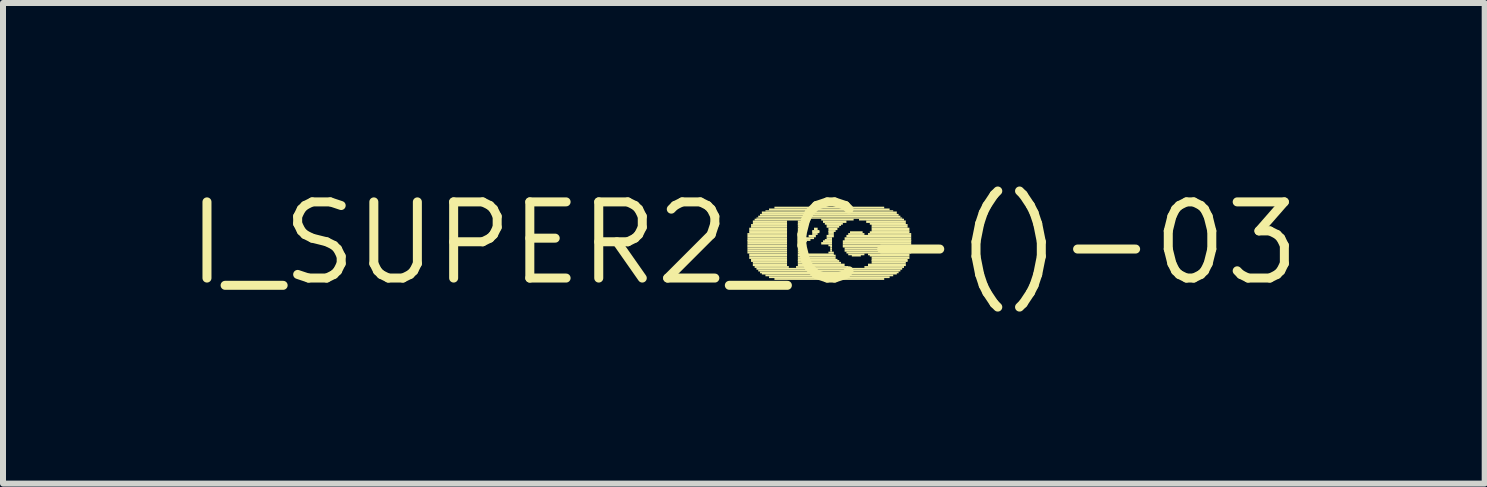
<source format=kicad_pcb>
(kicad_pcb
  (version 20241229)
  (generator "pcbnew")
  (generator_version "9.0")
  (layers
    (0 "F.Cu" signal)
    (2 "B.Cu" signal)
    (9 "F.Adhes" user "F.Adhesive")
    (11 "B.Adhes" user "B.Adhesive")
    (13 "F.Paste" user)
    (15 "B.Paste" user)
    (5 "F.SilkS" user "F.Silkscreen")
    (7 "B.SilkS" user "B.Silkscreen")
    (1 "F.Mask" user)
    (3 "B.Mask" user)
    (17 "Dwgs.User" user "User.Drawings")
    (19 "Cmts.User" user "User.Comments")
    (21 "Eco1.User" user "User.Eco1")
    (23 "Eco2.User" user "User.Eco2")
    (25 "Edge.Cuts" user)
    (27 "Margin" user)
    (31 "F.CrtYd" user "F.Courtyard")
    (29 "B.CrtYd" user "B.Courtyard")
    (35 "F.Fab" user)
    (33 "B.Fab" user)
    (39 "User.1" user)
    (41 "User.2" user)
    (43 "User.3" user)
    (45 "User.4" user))
  (footprint "I_SUPER2_C-()-03"
    (layer "F.Cu")
    (at 9.351 1.006)
    (property "Reference" "I_SUPER2_C-()-03" (at 0 0 0) (layer "F.SilkS") (effects (font (size 1.27 1.27) (thickness 0.15))))
    (attr through_hole)
    (fp_poly (pts (xy 0.06 -0.14) (xy 0.72 -0.14) (xy 0.72 -0.17) (xy 0.06 -0.17)) (stroke (width 0) (type solid)) (fill yes) (layer "F.SilkS"))
    (fp_poly (pts (xy 0.06 -0.1) (xy 0.72 -0.1) (xy 0.72 -0.14) (xy 0.06 -0.14)) (stroke (width 0) (type solid)) (fill yes) (layer "F.SilkS"))
    (fp_poly (pts (xy 0.06 -0.07) (xy 0.72 -0.07) (xy 0.72 -0.1) (xy 0.06 -0.1)) (stroke (width 0) (type solid)) (fill yes) (layer "F.SilkS"))
    (fp_poly (pts (xy 0.06 -0.04) (xy 0.72 -0.04) (xy 0.72 -0.07) (xy 0.06 -0.07)) (stroke (width 0) (type solid)) (fill yes) (layer "F.SilkS"))
    (fp_poly (pts (xy 0.06 -0.02) (xy 0.72 -0.02) (xy 0.72 -0.05) (xy 0.06 -0.05)) (stroke (width 0) (type solid)) (fill yes) (layer "F.SilkS"))
    (fp_poly (pts (xy 0.06 0.02) (xy 0.72 0.02) (xy 0.72 -0.02) (xy 0.06 -0.02)) (stroke (width 0) (type solid)) (fill yes) (layer "F.SilkS"))
    (fp_poly (pts (xy 0.06 0.05) (xy 0.72 0.05) (xy 0.72 0.02) (xy 0.06 0.02)) (stroke (width 0) (type solid)) (fill yes) (layer "F.SilkS"))
    (fp_poly (pts (xy 0.06 0.07) (xy 0.72 0.07) (xy 0.72 0.04) (xy 0.06 0.04)) (stroke (width 0) (type solid)) (fill yes) (layer "F.SilkS"))
    (fp_poly (pts (xy 0.06 0.1) (xy 0.72 0.1) (xy 0.72 0.07) (xy 0.06 0.07)) (stroke (width 0) (type solid)) (fill yes) (layer "F.SilkS"))
    (fp_poly (pts (xy 0.06 0.14) (xy 0.72 0.14) (xy 0.72 0.1) (xy 0.06 0.1)) (stroke (width 0) (type solid)) (fill yes) (layer "F.SilkS"))
    (fp_poly (pts (xy 0.06 0.17) (xy 0.72 0.17) (xy 0.72 0.14) (xy 0.06 0.14)) (stroke (width 0) (type solid)) (fill yes) (layer "F.SilkS"))
    (fp_poly (pts (xy 0.09 -0.22) (xy 0.72 -0.22) (xy 0.72 -0.26) (xy 0.09 -0.26)) (stroke (width 0) (type solid)) (fill yes) (layer "F.SilkS"))
    (fp_poly (pts (xy 0.09 -0.19) (xy 0.72 -0.19) (xy 0.72 -0.22) (xy 0.09 -0.22)) (stroke (width 0) (type solid)) (fill yes) (layer "F.SilkS"))
    (fp_poly (pts (xy 0.09 -0.17) (xy 0.72 -0.17) (xy 0.72 -0.2) (xy 0.09 -0.2)) (stroke (width 0) (type solid)) (fill yes) (layer "F.SilkS"))
    (fp_poly (pts (xy 0.09 0.2) (xy 0.72 0.2) (xy 0.72 0.17) (xy 0.09 0.17)) (stroke (width 0) (type solid)) (fill yes) (layer "F.SilkS"))
    (fp_poly (pts (xy 0.09 0.22) (xy 0.72 0.22) (xy 0.72 0.19) (xy 0.09 0.19)) (stroke (width 0) (type solid)) (fill yes) (layer "F.SilkS"))
    (fp_poly (pts (xy 0.09 0.26) (xy 0.72 0.26) (xy 0.72 0.22) (xy 0.09 0.22)) (stroke (width 0) (type solid)) (fill yes) (layer "F.SilkS"))
    (fp_poly (pts (xy 0.12 -0.29) (xy 0.72 -0.29) (xy 0.72 -0.32) (xy 0.12 -0.32)) (stroke (width 0) (type solid)) (fill yes) (layer "F.SilkS"))
    (fp_poly (pts (xy 0.12 -0.26) (xy 0.72 -0.26) (xy 0.72 -0.29) (xy 0.12 -0.29)) (stroke (width 0) (type solid)) (fill yes) (layer "F.SilkS"))
    (fp_poly (pts (xy 0.12 0.29) (xy 0.72 0.29) (xy 0.72 0.26) (xy 0.12 0.26)) (stroke (width 0) (type solid)) (fill yes) (layer "F.SilkS"))
    (fp_poly (pts (xy 0.12 0.31) (xy 0.72 0.31) (xy 0.72 0.28) (xy 0.12 0.28)) (stroke (width 0) (type solid)) (fill yes) (layer "F.SilkS"))
    (fp_poly (pts (xy 0.15 -0.34) (xy 0.72 -0.34) (xy 0.72 -0.38) (xy 0.15 -0.38)) (stroke (width 0) (type solid)) (fill yes) (layer "F.SilkS"))
    (fp_poly (pts (xy 0.15 -0.31) (xy 0.72 -0.31) (xy 0.72 -0.34) (xy 0.15 -0.34)) (stroke (width 0) (type solid)) (fill yes) (layer "F.SilkS"))
    (fp_poly (pts (xy 0.15 0.34) (xy 0.72 0.34) (xy 0.72 0.31) (xy 0.15 0.31)) (stroke (width 0) (type solid)) (fill yes) (layer "F.SilkS"))
    (fp_poly (pts (xy 0.15 0.38) (xy 0.72 0.38) (xy 0.72 0.34) (xy 0.15 0.34)) (stroke (width 0) (type solid)) (fill yes) (layer "F.SilkS"))
    (fp_poly (pts (xy 0.18 -0.38) (xy 1.11 -0.38) (xy 1.11 -0.41) (xy 0.18 -0.41)) (stroke (width 0) (type solid)) (fill yes) (layer "F.SilkS"))
    (fp_poly (pts (xy 0.18 0.41) (xy 0.75 0.41) (xy 0.75 0.38) (xy 0.18 0.38)) (stroke (width 0) (type solid)) (fill yes) (layer "F.SilkS"))
    (fp_poly (pts (xy 0.21 -0.41) (xy 2.64 -0.41) (xy 2.64 -0.43) (xy 0.21 -0.43)) (stroke (width 0) (type solid)) (fill yes) (layer "F.SilkS"))
    (fp_poly (pts (xy 0.21 0.44) (xy 2.64 0.44) (xy 2.64 0.41) (xy 0.21 0.41)) (stroke (width 0) (type solid)) (fill yes) (layer "F.SilkS"))
    (fp_poly (pts (xy 0.24 -0.43) (xy 2.61 -0.43) (xy 2.61 -0.46) (xy 0.24 -0.46)) (stroke (width 0) (type solid)) (fill yes) (layer "F.SilkS"))
    (fp_poly (pts (xy 0.24 0.47) (xy 2.61 0.47) (xy 2.61 0.44) (xy 0.24 0.44)) (stroke (width 0) (type solid)) (fill yes) (layer "F.SilkS"))
    (fp_poly (pts (xy 0.27 -0.46) (xy 2.58 -0.46) (xy 2.58 -0.49) (xy 0.27 -0.49)) (stroke (width 0) (type solid)) (fill yes) (layer "F.SilkS"))
    (fp_poly (pts (xy 0.27 0.5) (xy 2.58 0.5) (xy 2.58 0.47) (xy 0.27 0.47)) (stroke (width 0) (type solid)) (fill yes) (layer "F.SilkS"))
    (fp_poly (pts (xy 0.3 -0.49) (xy 2.55 -0.49) (xy 2.55 -0.53) (xy 0.3 -0.53)) (stroke (width 0) (type solid)) (fill yes) (layer "F.SilkS"))
    (fp_poly (pts (xy 0.3 0.52) (xy 2.55 0.52) (xy 2.55 0.49) (xy 0.3 0.49)) (stroke (width 0) (type solid)) (fill yes) (layer "F.SilkS"))
    (fp_poly (pts (xy 0.36 -0.53) (xy 2.49 -0.53) (xy 2.49 -0.55) (xy 0.36 -0.55)) (stroke (width 0) (type solid)) (fill yes) (layer "F.SilkS"))
    (fp_poly (pts (xy 0.36 0.55) (xy 2.49 0.55) (xy 2.49 0.52) (xy 0.36 0.52)) (stroke (width 0) (type solid)) (fill yes) (layer "F.SilkS"))
    (fp_poly (pts (xy 0.42 -0.55) (xy 2.43 -0.55) (xy 2.43 -0.58) (xy 0.42 -0.58)) (stroke (width 0) (type solid)) (fill yes) (layer "F.SilkS"))
    (fp_poly (pts (xy 0.42 0.58) (xy 2.43 0.58) (xy 2.43 0.55) (xy 0.42 0.55)) (stroke (width 0) (type solid)) (fill yes) (layer "F.SilkS"))
    (fp_poly (pts (xy 0.51 -0.58) (xy 2.34 -0.58) (xy 2.34 -0.61) (xy 0.51 -0.61)) (stroke (width 0) (type solid)) (fill yes) (layer "F.SilkS"))
    (fp_poly (pts (xy 0.51 0.61) (xy 2.34 0.61) (xy 2.34 0.58) (xy 0.51 0.58)) (stroke (width 0) (type solid)) (fill yes) (layer "F.SilkS"))
    (fp_poly (pts (xy 0.87 0.41) (xy 1.74 0.41) (xy 1.74 0.38) (xy 0.87 0.38)) (stroke (width 0) (type solid)) (fill yes) (layer "F.SilkS"))
    (fp_poly (pts (xy 0.9 -0.34) (xy 1.05 -0.34) (xy 1.05 -0.38) (xy 0.9 -0.38)) (stroke (width 0) (type solid)) (fill yes) (layer "F.SilkS"))
    (fp_poly (pts (xy 0.9 -0.31) (xy 1.02 -0.31) (xy 1.02 -0.34) (xy 0.9 -0.34)) (stroke (width 0) (type solid)) (fill yes) (layer "F.SilkS"))
    (fp_poly (pts (xy 0.9 -0.29) (xy 1.02 -0.29) (xy 1.02 -0.32) (xy 0.9 -0.32)) (stroke (width 0) (type solid)) (fill yes) (layer "F.SilkS"))
    (fp_poly (pts (xy 0.9 -0.26) (xy 0.99 -0.26) (xy 0.99 -0.29) (xy 0.9 -0.29)) (stroke (width 0) (type solid)) (fill yes) (layer "F.SilkS"))
    (fp_poly (pts (xy 0.9 -0.22) (xy 0.99 -0.22) (xy 0.99 -0.26) (xy 0.9 -0.26)) (stroke (width 0) (type solid)) (fill yes) (layer "F.SilkS"))
    (fp_poly (pts (xy 0.9 -0.19) (xy 0.99 -0.19) (xy 0.99 -0.22) (xy 0.9 -0.22)) (stroke (width 0) (type solid)) (fill yes) (layer "F.SilkS"))
    (fp_poly (pts (xy 0.9 -0.17) (xy 0.99 -0.17) (xy 0.99 -0.2) (xy 0.9 -0.2)) (stroke (width 0) (type solid)) (fill yes) (layer "F.SilkS"))
    (fp_poly (pts (xy 0.9 -0.14) (xy 0.99 -0.14) (xy 0.99 -0.17) (xy 0.9 -0.17)) (stroke (width 0) (type solid)) (fill yes) (layer "F.SilkS"))
    (fp_poly (pts (xy 0.9 -0.1) (xy 1.02 -0.1) (xy 1.02 -0.14) (xy 0.9 -0.14)) (stroke (width 0) (type solid)) (fill yes) (layer "F.SilkS"))
    (fp_poly (pts (xy 0.9 -0.07) (xy 1.17 -0.07) (xy 1.17 -0.1) (xy 0.9 -0.1)) (stroke (width 0) (type solid)) (fill yes) (layer "F.SilkS"))
    (fp_poly (pts (xy 0.9 -0.04) (xy 1.11 -0.04) (xy 1.11 -0.07) (xy 0.9 -0.07)) (stroke (width 0) (type solid)) (fill yes) (layer "F.SilkS"))
    (fp_poly (pts (xy 0.9 -0.02) (xy 1.05 -0.02) (xy 1.05 -0.05) (xy 0.9 -0.05)) (stroke (width 0) (type solid)) (fill yes) (layer "F.SilkS"))
    (fp_poly (pts (xy 0.9 0.02) (xy 1.02 0.02) (xy 1.02 -0.02) (xy 0.9 -0.02)) (stroke (width 0) (type solid)) (fill yes) (layer "F.SilkS"))
    (fp_poly (pts (xy 0.9 0.05) (xy 0.99 0.05) (xy 0.99 0.02) (xy 0.9 0.02)) (stroke (width 0) (type solid)) (fill yes) (layer "F.SilkS"))
    (fp_poly (pts (xy 0.9 0.07) (xy 0.99 0.07) (xy 0.99 0.04) (xy 0.9 0.04)) (stroke (width 0) (type solid)) (fill yes) (layer "F.SilkS"))
    (fp_poly (pts (xy 0.9 0.1) (xy 0.99 0.1) (xy 0.99 0.07) (xy 0.9 0.07)) (stroke (width 0) (type solid)) (fill yes) (layer "F.SilkS"))
    (fp_poly (pts (xy 0.9 0.14) (xy 0.99 0.14) (xy 0.99 0.1) (xy 0.9 0.1)) (stroke (width 0) (type solid)) (fill yes) (layer "F.SilkS"))
    (fp_poly (pts (xy 0.9 0.17) (xy 1.02 0.17) (xy 1.02 0.14) (xy 0.9 0.14)) (stroke (width 0) (type solid)) (fill yes) (layer "F.SilkS"))
    (fp_poly (pts (xy 0.9 0.2) (xy 1.5 0.2) (xy 1.5 0.17) (xy 0.9 0.17)) (stroke (width 0) (type solid)) (fill yes) (layer "F.SilkS"))
    (fp_poly (pts (xy 0.9 0.22) (xy 1.53 0.22) (xy 1.53 0.19) (xy 0.9 0.19)) (stroke (width 0) (type solid)) (fill yes) (layer "F.SilkS"))
    (fp_poly (pts (xy 0.9 0.26) (xy 1.53 0.26) (xy 1.53 0.22) (xy 0.9 0.22)) (stroke (width 0) (type solid)) (fill yes) (layer "F.SilkS"))
    (fp_poly (pts (xy 0.9 0.29) (xy 1.56 0.29) (xy 1.56 0.26) (xy 0.9 0.26)) (stroke (width 0) (type solid)) (fill yes) (layer "F.SilkS"))
    (fp_poly (pts (xy 0.9 0.31) (xy 1.59 0.31) (xy 1.59 0.28) (xy 0.9 0.28)) (stroke (width 0) (type solid)) (fill yes) (layer "F.SilkS"))
    (fp_poly (pts (xy 0.9 0.34) (xy 1.62 0.34) (xy 1.62 0.31) (xy 0.9 0.31)) (stroke (width 0) (type solid)) (fill yes) (layer "F.SilkS"))
    (fp_poly (pts (xy 0.9 0.38) (xy 1.68 0.38) (xy 1.68 0.34) (xy 0.9 0.34)) (stroke (width 0) (type solid)) (fill yes) (layer "F.SilkS"))
    (fp_poly (pts (xy 1.08 -0.1) (xy 1.2 -0.1) (xy 1.2 -0.14) (xy 1.08 -0.14)) (stroke (width 0) (type solid)) (fill yes) (layer "F.SilkS"))
    (fp_poly (pts (xy 1.14 -0.19) (xy 1.26 -0.19) (xy 1.26 -0.22) (xy 1.14 -0.22)) (stroke (width 0) (type solid)) (fill yes) (layer "F.SilkS"))
    (fp_poly (pts (xy 1.14 -0.17) (xy 1.26 -0.17) (xy 1.26 -0.2) (xy 1.14 -0.2)) (stroke (width 0) (type solid)) (fill yes) (layer "F.SilkS"))
    (fp_poly (pts (xy 1.14 -0.14) (xy 1.23 -0.14) (xy 1.23 -0.17) (xy 1.14 -0.17)) (stroke (width 0) (type solid)) (fill yes) (layer "F.SilkS"))
    (fp_poly (pts (xy 1.17 -0.22) (xy 1.23 -0.22) (xy 1.23 -0.26) (xy 1.17 -0.26)) (stroke (width 0) (type solid)) (fill yes) (layer "F.SilkS"))
    (fp_poly (pts (xy 1.29 -0.38) (xy 1.83 -0.38) (xy 1.83 -0.41) (xy 1.29 -0.41)) (stroke (width 0) (type solid)) (fill yes) (layer "F.SilkS"))
    (fp_poly (pts (xy 1.29 0.02) (xy 1.47 0.02) (xy 1.47 -0.02) (xy 1.29 -0.02)) (stroke (width 0) (type solid)) (fill yes) (layer "F.SilkS"))
    (fp_poly (pts (xy 1.32 -0.34) (xy 1.71 -0.34) (xy 1.71 -0.38) (xy 1.32 -0.38)) (stroke (width 0) (type solid)) (fill yes) (layer "F.SilkS"))
    (fp_poly (pts (xy 1.32 -0.02) (xy 1.47 -0.02) (xy 1.47 -0.05) (xy 1.32 -0.05)) (stroke (width 0) (type solid)) (fill yes) (layer "F.SilkS"))
    (fp_poly (pts (xy 1.35 -0.31) (xy 1.65 -0.31) (xy 1.65 -0.34) (xy 1.35 -0.34)) (stroke (width 0) (type solid)) (fill yes) (layer "F.SilkS"))
    (fp_poly (pts (xy 1.35 -0.04) (xy 1.47 -0.04) (xy 1.47 -0.07) (xy 1.35 -0.07)) (stroke (width 0) (type solid)) (fill yes) (layer "F.SilkS"))
    (fp_poly (pts (xy 1.38 -0.29) (xy 1.62 -0.29) (xy 1.62 -0.32) (xy 1.38 -0.32)) (stroke (width 0) (type solid)) (fill yes) (layer "F.SilkS"))
    (fp_poly (pts (xy 1.38 -0.26) (xy 1.59 -0.26) (xy 1.59 -0.29) (xy 1.38 -0.29)) (stroke (width 0) (type solid)) (fill yes) (layer "F.SilkS"))
    (fp_poly (pts (xy 1.38 -0.1) (xy 1.5 -0.1) (xy 1.5 -0.14) (xy 1.38 -0.14)) (stroke (width 0) (type solid)) (fill yes) (layer "F.SilkS"))
    (fp_poly (pts (xy 1.38 -0.07) (xy 1.47 -0.07) (xy 1.47 -0.1) (xy 1.38 -0.1)) (stroke (width 0) (type solid)) (fill yes) (layer "F.SilkS"))
    (fp_poly (pts (xy 1.41 -0.22) (xy 1.56 -0.22) (xy 1.56 -0.26) (xy 1.41 -0.26)) (stroke (width 0) (type solid)) (fill yes) (layer "F.SilkS"))
    (fp_poly (pts (xy 1.41 -0.19) (xy 1.53 -0.19) (xy 1.53 -0.22) (xy 1.41 -0.22)) (stroke (width 0) (type solid)) (fill yes) (layer "F.SilkS"))
    (fp_poly (pts (xy 1.41 -0.17) (xy 1.5 -0.17) (xy 1.5 -0.2) (xy 1.41 -0.2)) (stroke (width 0) (type solid)) (fill yes) (layer "F.SilkS"))
    (fp_poly (pts (xy 1.41 -0.14) (xy 1.5 -0.14) (xy 1.5 -0.17) (xy 1.41 -0.17)) (stroke (width 0) (type solid)) (fill yes) (layer "F.SilkS"))
    (fp_poly (pts (xy 1.41 0.05) (xy 1.47 0.05) (xy 1.47 0.02) (xy 1.41 0.02)) (stroke (width 0) (type solid)) (fill yes) (layer "F.SilkS"))
    (fp_poly (pts (xy 1.41 0.17) (xy 1.5 0.17) (xy 1.5 0.14) (xy 1.41 0.14)) (stroke (width 0) (type solid)) (fill yes) (layer "F.SilkS"))
    (fp_poly (pts (xy 1.44 0.07) (xy 1.47 0.07) (xy 1.47 0.04) (xy 1.44 0.04)) (stroke (width 0) (type solid)) (fill yes) (layer "F.SilkS"))
    (fp_poly (pts (xy 1.44 0.1) (xy 1.47 0.1) (xy 1.47 0.07) (xy 1.44 0.07)) (stroke (width 0) (type solid)) (fill yes) (layer "F.SilkS"))
    (fp_poly (pts (xy 1.44 0.14) (xy 1.47 0.14) (xy 1.47 0.1) (xy 1.44 0.1)) (stroke (width 0) (type solid)) (fill yes) (layer "F.SilkS"))
    (fp_poly (pts (xy 1.65 -0.02) (xy 2.79 -0.02) (xy 2.79 -0.05) (xy 1.65 -0.05)) (stroke (width 0) (type solid)) (fill yes) (layer "F.SilkS"))
    (fp_poly (pts (xy 1.65 0.02) (xy 2.79 0.02) (xy 2.79 -0.02) (xy 1.65 -0.02)) (stroke (width 0) (type solid)) (fill yes) (layer "F.SilkS"))
    (fp_poly (pts (xy 1.65 0.05) (xy 2.79 0.05) (xy 2.79 0.02) (xy 1.65 0.02)) (stroke (width 0) (type solid)) (fill yes) (layer "F.SilkS"))
    (fp_poly (pts (xy 1.65 0.07) (xy 2.79 0.07) (xy 2.79 0.04) (xy 1.65 0.04)) (stroke (width 0) (type solid)) (fill yes) (layer "F.SilkS"))
    (fp_poly (pts (xy 1.68 -0.07) (xy 2.79 -0.07) (xy 2.79 -0.1) (xy 1.68 -0.1)) (stroke (width 0) (type solid)) (fill yes) (layer "F.SilkS"))
    (fp_poly (pts (xy 1.68 -0.04) (xy 2.79 -0.04) (xy 2.79 -0.07) (xy 1.68 -0.07)) (stroke (width 0) (type solid)) (fill yes) (layer "F.SilkS"))
    (fp_poly (pts (xy 1.68 0.1) (xy 2.79 0.1) (xy 2.79 0.07) (xy 1.68 0.07)) (stroke (width 0) (type solid)) (fill yes) (layer "F.SilkS"))
    (fp_poly (pts (xy 1.68 0.14) (xy 2.79 0.14) (xy 2.79 0.1) (xy 1.68 0.1)) (stroke (width 0) (type solid)) (fill yes) (layer "F.SilkS"))
    (fp_poly (pts (xy 1.71 -0.1) (xy 2.79 -0.1) (xy 2.79 -0.14) (xy 1.71 -0.14)) (stroke (width 0) (type solid)) (fill yes) (layer "F.SilkS"))
    (fp_poly (pts (xy 1.71 0.17) (xy 2.79 0.17) (xy 2.79 0.14) (xy 1.71 0.14)) (stroke (width 0) (type solid)) (fill yes) (layer "F.SilkS"))
    (fp_poly (pts (xy 1.74 -0.14) (xy 2.01 -0.14) (xy 2.01 -0.17) (xy 1.74 -0.17)) (stroke (width 0) (type solid)) (fill yes) (layer "F.SilkS"))
    (fp_poly (pts (xy 1.74 0.2) (xy 2.01 0.2) (xy 2.01 0.17) (xy 1.74 0.17)) (stroke (width 0) (type solid)) (fill yes) (layer "F.SilkS"))
    (fp_poly (pts (xy 1.77 -0.17) (xy 1.98 -0.17) (xy 1.98 -0.2) (xy 1.77 -0.2)) (stroke (width 0) (type solid)) (fill yes) (layer "F.SilkS"))
    (fp_poly (pts (xy 1.8 0.22) (xy 1.95 0.22) (xy 1.95 0.19) (xy 1.8 0.19)) (stroke (width 0) (type solid)) (fill yes) (layer "F.SilkS"))
    (fp_poly (pts (xy 1.92 -0.38) (xy 2.67 -0.38) (xy 2.67 -0.41) (xy 1.92 -0.41)) (stroke (width 0) (type solid)) (fill yes) (layer "F.SilkS"))
    (fp_poly (pts (xy 2.01 0.41) (xy 2.67 0.41) (xy 2.67 0.38) (xy 2.01 0.38)) (stroke (width 0) (type solid)) (fill yes) (layer "F.SilkS"))
    (fp_poly (pts (xy 2.04 -0.34) (xy 2.7 -0.34) (xy 2.7 -0.38) (xy 2.04 -0.38)) (stroke (width 0) (type solid)) (fill yes) (layer "F.SilkS"))
    (fp_poly (pts (xy 2.07 -0.14) (xy 2.79 -0.14) (xy 2.79 -0.17) (xy 2.07 -0.17)) (stroke (width 0) (type solid)) (fill yes) (layer "F.SilkS"))
    (fp_poly (pts (xy 2.07 0.2) (xy 2.76 0.2) (xy 2.76 0.17) (xy 2.07 0.17)) (stroke (width 0) (type solid)) (fill yes) (layer "F.SilkS"))
    (fp_poly (pts (xy 2.07 0.38) (xy 2.7 0.38) (xy 2.7 0.34) (xy 2.07 0.34)) (stroke (width 0) (type solid)) (fill yes) (layer "F.SilkS"))
    (fp_poly (pts (xy 2.1 -0.31) (xy 2.7 -0.31) (xy 2.7 -0.34) (xy 2.1 -0.34)) (stroke (width 0) (type solid)) (fill yes) (layer "F.SilkS"))
    (fp_poly (pts (xy 2.1 -0.17) (xy 2.76 -0.17) (xy 2.76 -0.2) (xy 2.1 -0.2)) (stroke (width 0) (type solid)) (fill yes) (layer "F.SilkS"))
    (fp_poly (pts (xy 2.1 0.22) (xy 2.76 0.22) (xy 2.76 0.19) (xy 2.1 0.19)) (stroke (width 0) (type solid)) (fill yes) (layer "F.SilkS"))
    (fp_poly (pts (xy 2.13 -0.29) (xy 2.73 -0.29) (xy 2.73 -0.32) (xy 2.13 -0.32)) (stroke (width 0) (type solid)) (fill yes) (layer "F.SilkS"))
    (fp_poly (pts (xy 2.13 -0.26) (xy 2.73 -0.26) (xy 2.73 -0.29) (xy 2.13 -0.29)) (stroke (width 0) (type solid)) (fill yes) (layer "F.SilkS"))
    (fp_poly (pts (xy 2.13 -0.22) (xy 2.76 -0.22) (xy 2.76 -0.26) (xy 2.13 -0.26)) (stroke (width 0) (type solid)) (fill yes) (layer "F.SilkS"))
    (fp_poly (pts (xy 2.13 -0.19) (xy 2.76 -0.19) (xy 2.76 -0.22) (xy 2.13 -0.22)) (stroke (width 0) (type solid)) (fill yes) (layer "F.SilkS"))
    (fp_poly (pts (xy 2.13 0.26) (xy 2.76 0.26) (xy 2.76 0.22) (xy 2.13 0.22)) (stroke (width 0) (type solid)) (fill yes) (layer "F.SilkS"))
    (fp_poly (pts (xy 2.13 0.29) (xy 2.73 0.29) (xy 2.73 0.26) (xy 2.13 0.26)) (stroke (width 0) (type solid)) (fill yes) (layer "F.SilkS"))
    (fp_poly (pts (xy 2.13 0.31) (xy 2.73 0.31) (xy 2.73 0.28) (xy 2.13 0.28)) (stroke (width 0) (type solid)) (fill yes) (layer "F.SilkS"))
    (fp_poly (pts (xy 2.13 0.34) (xy 2.7 0.34) (xy 2.7 0.31) (xy 2.13 0.31)) (stroke (width 0) (type solid)) (fill yes) (layer "F.SilkS")))
  (gr_rect
    (start -3 -3)
    (end 21.702 5.012)
    (stroke (width 0.1) (type default))
    (fill no)
    (layer "Edge.Cuts")))
</source>
